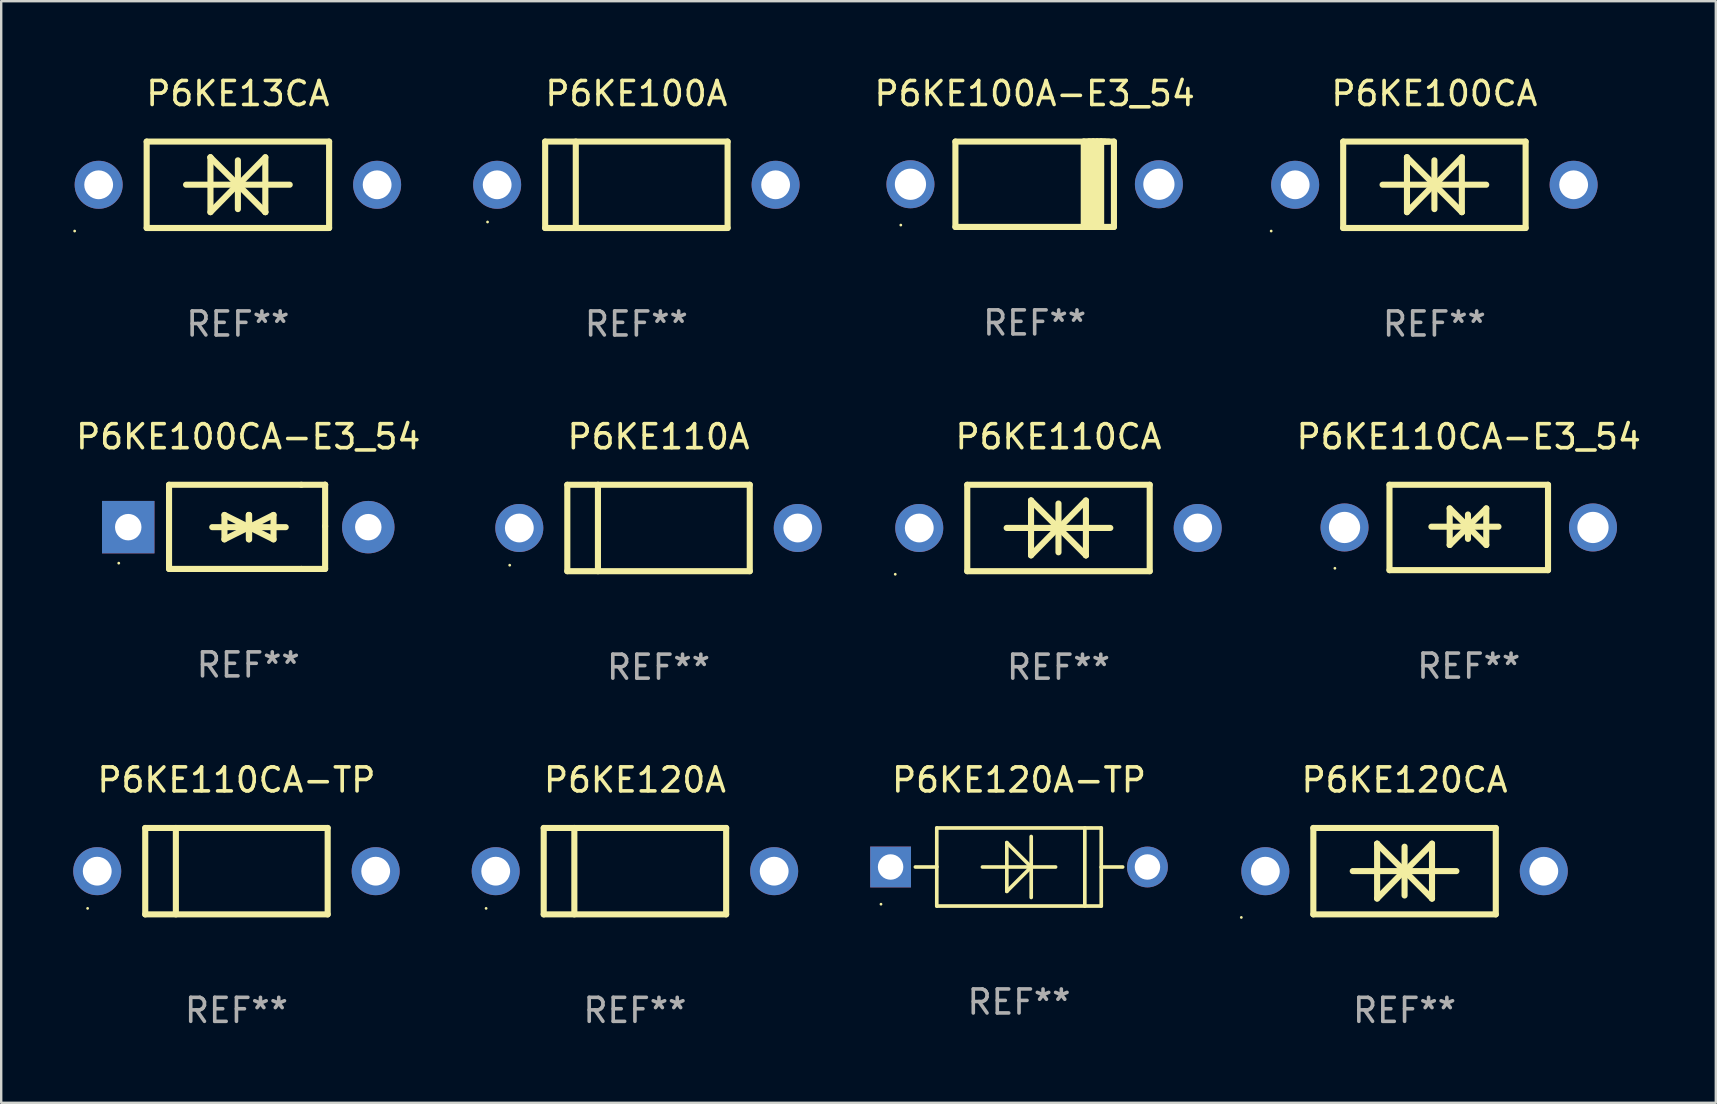
<source format=kicad_pcb>
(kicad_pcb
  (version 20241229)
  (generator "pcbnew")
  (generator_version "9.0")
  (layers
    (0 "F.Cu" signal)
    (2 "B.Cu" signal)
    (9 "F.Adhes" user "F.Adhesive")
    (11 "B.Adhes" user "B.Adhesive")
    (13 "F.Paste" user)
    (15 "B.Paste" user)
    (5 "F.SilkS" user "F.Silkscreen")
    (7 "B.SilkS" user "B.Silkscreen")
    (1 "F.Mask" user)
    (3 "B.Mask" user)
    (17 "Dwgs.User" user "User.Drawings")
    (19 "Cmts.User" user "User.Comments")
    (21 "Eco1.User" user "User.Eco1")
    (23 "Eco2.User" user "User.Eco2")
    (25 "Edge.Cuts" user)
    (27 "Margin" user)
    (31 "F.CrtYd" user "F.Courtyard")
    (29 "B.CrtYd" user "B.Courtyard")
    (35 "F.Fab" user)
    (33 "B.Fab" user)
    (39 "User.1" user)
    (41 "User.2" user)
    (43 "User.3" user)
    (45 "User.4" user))
  (footprint "P6KE110CA"
    (layer "F.Cu")
    (at 41.044 18.945)
    (property "Reference" "P6KE110CA" (at 0 -3.8 0) (layer "F.SilkS") (effects (font (size 1 1) (thickness 0.15))))
    (attr through_hole)
    (fp_line (start -3.8 -1.8) (end -3.8 1.8) (stroke (width 0.254) (type solid)) (layer "F.SilkS"))
    (fp_line (start -3.8 -1.8) (end 3.8 -1.8) (stroke (width 0.254) (type solid)) (layer "F.SilkS"))
    (fp_line (start -3.8 1.8) (end 3.8 1.8) (stroke (width 0.254) (type solid)) (layer "F.SilkS"))
    (fp_line (start -2.159 -0.003) (end 2.159 -0.003) (stroke (width 0.254) (type solid)) (layer "F.SilkS"))
    (fp_line (start -1.143 -1.146) (end -1.143 1.14) (stroke (width 0.254) (type solid)) (layer "F.SilkS"))
    (fp_line (start -1.143 -1.143) (end -1.143 -1.146) (stroke (width 0.254) (type solid)) (layer "F.SilkS"))
    (fp_line (start 0 -1.019) (end 0 1.013) (stroke (width 0.254) (type solid)) (layer "F.SilkS"))
    (fp_line (start 0 -0.026) (end -1.143 1.14) (stroke (width 0.254) (type solid)) (layer "F.SilkS"))
    (fp_line (start 0 -0.006) (end 1.143 1.137) (stroke (width 0.254) (type solid)) (layer "F.SilkS"))
    (fp_line (start 0 0) (end -1.143 -1.143) (stroke (width 0.254) (type solid)) (layer "F.SilkS"))
    (fp_line (start 0 0.02) (end 1.143 -1.146) (stroke (width 0.254) (type solid)) (layer "F.SilkS"))
    (fp_line (start 1.143 1.137) (end 1.143 1.14) (stroke (width 0.254) (type solid)) (layer "F.SilkS"))
    (fp_line (start 1.143 1.14) (end 1.143 -1.146) (stroke (width 0.254) (type solid)) (layer "F.SilkS"))
    (fp_line (start 3.8 -1.8) (end 3.8 1.8) (stroke (width 0.254) (type solid)) (layer "F.SilkS"))
    (fp_circle (center -6.8 1.927) (end -6.77 1.927) (stroke (width 0.06) (type solid)) (fill no) (layer "F.SilkS"))
    (fp_text user "REF**" (at 0 5.8 0) (layer "F.Fab") (effects (font (size 1 1) (thickness 0.15))))
    (pad "1" thru_hole circle (at -5.8 0) (size 2 2) (drill 1.2) (layers "*.Cu" "*.Mask"))
    (pad "2" thru_hole circle (at 5.8 0) (size 2 2) (drill 1.2) (layers "*.Cu" "*.Mask")))
  (footprint "P6KE110CA-TP"
    (layer "F.Cu")
    (at 6.8 33.241)
    (property "Reference" "P6KE110CA-TP" (at 0 -3.8 0) (layer "F.SilkS") (effects (font (size 1 1) (thickness 0.15))))
    (attr through_hole)
    (fp_line (start -3.8 -1.8) (end -3.8 1.8) (stroke (width 0.254) (type solid)) (layer "F.SilkS"))
    (fp_line (start -3.8 -1.8) (end 3.8 -1.8) (stroke (width 0.254) (type solid)) (layer "F.SilkS"))
    (fp_line (start -3.8 1.8) (end 3.8 1.8) (stroke (width 0.254) (type solid)) (layer "F.SilkS"))
    (fp_line (start -2.524 -1.8) (end -2.524 1.8) (stroke (width 0.254) (type solid)) (layer "F.SilkS"))
    (fp_line (start 3.8 -1.8) (end 3.8 1.8) (stroke (width 0.254) (type solid)) (layer "F.SilkS"))
    (fp_circle (center -6.2 1.55) (end -6.17 1.55) (stroke (width 0.06) (type solid)) (fill no) (layer "F.SilkS"))
    (fp_text user "REF**" (at 0 5.8 0) (layer "F.Fab") (effects (font (size 1 1) (thickness 0.15))))
    (pad "1" thru_hole circle (at -5.8 0) (size 2 2) (drill 1.2) (layers "*.Cu" "*.Mask"))
    (pad "2" thru_hole circle (at 5.8 0) (size 2 2) (drill 1.2) (layers "*.Cu" "*.Mask")))
  (footprint "P6KE110A"
    (layer "F.Cu")
    (at 24.383 18.945)
    (property "Reference" "P6KE110A" (at 0 -3.8 0) (layer "F.SilkS") (effects (font (size 1 1) (thickness 0.15))))
    (attr through_hole)
    (fp_line (start -3.8 -1.8) (end -3.8 1.8) (stroke (width 0.254) (type solid)) (layer "F.SilkS"))
    (fp_line (start -3.8 -1.8) (end 3.8 -1.8) (stroke (width 0.254) (type solid)) (layer "F.SilkS"))
    (fp_line (start -3.8 1.8) (end 3.8 1.8) (stroke (width 0.254) (type solid)) (layer "F.SilkS"))
    (fp_line (start -2.524 -1.8) (end -2.524 1.8) (stroke (width 0.254) (type solid)) (layer "F.SilkS"))
    (fp_line (start 3.8 -1.8) (end 3.8 1.8) (stroke (width 0.254) (type solid)) (layer "F.SilkS"))
    (fp_circle (center -6.2 1.55) (end -6.17 1.55) (stroke (width 0.06) (type solid)) (fill no) (layer "F.SilkS"))
    (fp_text user "REF**" (at 0 5.8 0) (layer "F.Fab") (effects (font (size 1 1) (thickness 0.15))))
    (pad "1" thru_hole circle (at -5.8 0) (size 2 2) (drill 1.2) (layers "*.Cu" "*.Mask"))
    (pad "2" thru_hole circle (at 5.8 0) (size 2 2) (drill 1.2) (layers "*.Cu" "*.Mask")))
  (footprint "P6KE120CA"
    (layer "F.Cu")
    (at 55.461 33.241)
    (property "Reference" "P6KE120CA" (at 0 -3.8 0) (layer "F.SilkS") (effects (font (size 1 1) (thickness 0.15))))
    (attr through_hole)
    (fp_line (start -3.8 -1.8) (end -3.8 1.8) (stroke (width 0.254) (type solid)) (layer "F.SilkS"))
    (fp_line (start -3.8 -1.8) (end 3.8 -1.8) (stroke (width 0.254) (type solid)) (layer "F.SilkS"))
    (fp_line (start -3.8 1.8) (end 3.8 1.8) (stroke (width 0.254) (type solid)) (layer "F.SilkS"))
    (fp_line (start -2.159 -0.003) (end 2.159 -0.003) (stroke (width 0.254) (type solid)) (layer "F.SilkS"))
    (fp_line (start -1.143 -1.146) (end -1.143 1.14) (stroke (width 0.254) (type solid)) (layer "F.SilkS"))
    (fp_line (start -1.143 -1.143) (end -1.143 -1.146) (stroke (width 0.254) (type solid)) (layer "F.SilkS"))
    (fp_line (start 0 -1.019) (end 0 1.013) (stroke (width 0.254) (type solid)) (layer "F.SilkS"))
    (fp_line (start 0 -0.026) (end -1.143 1.14) (stroke (width 0.254) (type solid)) (layer "F.SilkS"))
    (fp_line (start 0 -0.006) (end 1.143 1.137) (stroke (width 0.254) (type solid)) (layer "F.SilkS"))
    (fp_line (start 0 0) (end -1.143 -1.143) (stroke (width 0.254) (type solid)) (layer "F.SilkS"))
    (fp_line (start 0 0.02) (end 1.143 -1.146) (stroke (width 0.254) (type solid)) (layer "F.SilkS"))
    (fp_line (start 1.143 1.137) (end 1.143 1.14) (stroke (width 0.254) (type solid)) (layer "F.SilkS"))
    (fp_line (start 1.143 1.14) (end 1.143 -1.146) (stroke (width 0.254) (type solid)) (layer "F.SilkS"))
    (fp_line (start 3.8 -1.8) (end 3.8 1.8) (stroke (width 0.254) (type solid)) (layer "F.SilkS"))
    (fp_circle (center -6.8 1.927) (end -6.77 1.927) (stroke (width 0.06) (type solid)) (fill no) (layer "F.SilkS"))
    (fp_text user "REF**" (at 0 5.8 0) (layer "F.Fab") (effects (font (size 1 1) (thickness 0.15))))
    (pad "1" thru_hole circle (at -5.8 0) (size 2 2) (drill 1.2) (layers "*.Cu" "*.Mask"))
    (pad "2" thru_hole circle (at 5.8 0) (size 2 2) (drill 1.2) (layers "*.Cu" "*.Mask")))
  (footprint "P6KE13CA"
    (layer "F.Cu")
    (at 6.86 4.648)
    (property "Reference" "P6KE13CA" (at 0 -3.8 0) (layer "F.SilkS") (effects (font (size 1 1) (thickness 0.15))))
    (attr through_hole)
    (fp_line (start -3.8 -1.8) (end -3.8 1.8) (stroke (width 0.254) (type solid)) (layer "F.SilkS"))
    (fp_line (start -3.8 -1.8) (end 3.8 -1.8) (stroke (width 0.254) (type solid)) (layer "F.SilkS"))
    (fp_line (start -3.8 1.8) (end 3.8 1.8) (stroke (width 0.254) (type solid)) (layer "F.SilkS"))
    (fp_line (start -2.159 -0.003) (end 2.159 -0.003) (stroke (width 0.254) (type solid)) (layer "F.SilkS"))
    (fp_line (start -1.143 -1.146) (end -1.143 1.14) (stroke (width 0.254) (type solid)) (layer "F.SilkS"))
    (fp_line (start -1.143 -1.143) (end -1.143 -1.146) (stroke (width 0.254) (type solid)) (layer "F.SilkS"))
    (fp_line (start 0 -1.019) (end 0 1.013) (stroke (width 0.254) (type solid)) (layer "F.SilkS"))
    (fp_line (start 0 -0.026) (end -1.143 1.14) (stroke (width 0.254) (type solid)) (layer "F.SilkS"))
    (fp_line (start 0 -0.006) (end 1.143 1.137) (stroke (width 0.254) (type solid)) (layer "F.SilkS"))
    (fp_line (start 0 0) (end -1.143 -1.143) (stroke (width 0.254) (type solid)) (layer "F.SilkS"))
    (fp_line (start 0 0.02) (end 1.143 -1.146) (stroke (width 0.254) (type solid)) (layer "F.SilkS"))
    (fp_line (start 1.143 1.137) (end 1.143 1.14) (stroke (width 0.254) (type solid)) (layer "F.SilkS"))
    (fp_line (start 1.143 1.14) (end 1.143 -1.146) (stroke (width 0.254) (type solid)) (layer "F.SilkS"))
    (fp_line (start 3.8 -1.8) (end 3.8 1.8) (stroke (width 0.254) (type solid)) (layer "F.SilkS"))
    (fp_circle (center -6.8 1.927) (end -6.77 1.927) (stroke (width 0.06) (type solid)) (fill no) (layer "F.SilkS"))
    (fp_text user "REF**" (at 0 5.8 0) (layer "F.Fab") (effects (font (size 1 1) (thickness 0.15))))
    (pad "1" thru_hole circle (at -5.8 0) (size 2 2) (drill 1.2) (layers "*.Cu" "*.Mask"))
    (pad "2" thru_hole circle (at 5.8 0) (size 2 2) (drill 1.2) (layers "*.Cu" "*.Mask")))
  (footprint "P6KE100CA-E3_54"
    (layer "F.Cu")
    (at 7.292 18.897)
    (property "Reference" "P6KE100CA-E3_54" (at 0 -3.753 0) (layer "F.SilkS") (effects (font (size 1 1) (thickness 0.15))))
    (attr through_hole)
    (fp_line (start -3.3 -1.753) (end 2.212 -1.753) (stroke (width 0.254) (type solid)) (layer "F.SilkS"))
    (fp_line (start -3.3 1.753) (end -3.3 -1.753) (stroke (width 0.254) (type solid)) (layer "F.SilkS"))
    (fp_line (start -1.5 0.013) (end 0.532 0.013) (stroke (width 0.254) (type solid)) (layer "F.SilkS"))
    (fp_line (start -0.992 -0.495) (end -0.992 0.521) (stroke (width 0.254) (type solid)) (layer "F.SilkS"))
    (fp_line (start -0.992 0.521) (end 0.024 0.013) (stroke (width 0.254) (type solid)) (layer "F.SilkS"))
    (fp_line (start 0.024 -0.495) (end 0.024 0.521) (stroke (width 0.254) (type solid)) (layer "F.SilkS"))
    (fp_line (start 0.024 0.013) (end -0.992 -0.495) (stroke (width 0.254) (type solid)) (layer "F.SilkS"))
    (fp_line (start 0.024 0.013) (end 0.024 -0.495) (stroke (width 0.254) (type solid)) (layer "F.SilkS"))
    (fp_line (start 0.036 0.013) (end 1.052 0.521) (stroke (width 0.254) (type solid)) (layer "F.SilkS"))
    (fp_line (start 0.036 0.521) (end 0.036 -0.495) (stroke (width 0.254) (type solid)) (layer "F.SilkS"))
    (fp_line (start 1.052 -0.495) (end 0.036 0.013) (stroke (width 0.254) (type solid)) (layer "F.SilkS"))
    (fp_line (start 1.052 0.521) (end 1.052 -0.495) (stroke (width 0.254) (type solid)) (layer "F.SilkS"))
    (fp_line (start 1.56 0.013) (end -0.472 0.013) (stroke (width 0.254) (type solid)) (layer "F.SilkS"))
    (fp_line (start 2.212 -1.753) (end 3.202 -1.753) (stroke (width 0.254) (type solid)) (layer "F.SilkS"))
    (fp_line (start 2.212 1.753) (end -3.3 1.753) (stroke (width 0.254) (type solid)) (layer "F.SilkS"))
    (fp_line (start 3.202 -1.753) (end 3.202 -1.753) (stroke (width 0.254) (type solid)) (layer "F.SilkS"))
    (fp_line (start 3.202 -1.753) (end 3.202 -0.025) (stroke (width 0.254) (type solid)) (layer "F.SilkS"))
    (fp_line (start 3.202 -0.025) (end 3.202 1.753) (stroke (width 0.254) (type solid)) (layer "F.SilkS"))
    (fp_line (start 3.202 1.753) (end 2.212 1.753) (stroke (width 0.254) (type solid)) (layer "F.SilkS"))
    (fp_circle (center -5.395 1.513) (end -5.365 1.513) (stroke (width 0.06) (type solid)) (fill no) (layer "F.SilkS"))
    (fp_text user "REF**" (at 0 5.753 0) (layer "F.Fab") (effects (font (size 1 1) (thickness 0.15))))
    (pad "1" thru_hole rect (at -5 0.013 180) (size 2.184 2.184) (drill 1.102) (layers "*.Cu" "*.Mask"))
    (pad "2" thru_hole circle (at 5 0.013) (size 2.184 2.184) (drill 1.102) (layers "*.Cu" "*.Mask")))
  (footprint "P6KE100CA"
    (layer "F.Cu")
    (at 56.704 4.648)
    (property "Reference" "P6KE100CA" (at 0 -3.8 0) (layer "F.SilkS") (effects (font (size 1 1) (thickness 0.15))))
    (attr through_hole)
    (fp_line (start -3.8 -1.8) (end -3.8 1.8) (stroke (width 0.254) (type solid)) (layer "F.SilkS"))
    (fp_line (start -3.8 -1.8) (end 3.8 -1.8) (stroke (width 0.254) (type solid)) (layer "F.SilkS"))
    (fp_line (start -3.8 1.8) (end 3.8 1.8) (stroke (width 0.254) (type solid)) (layer "F.SilkS"))
    (fp_line (start -2.159 -0.003) (end 2.159 -0.003) (stroke (width 0.254) (type solid)) (layer "F.SilkS"))
    (fp_line (start -1.143 -1.146) (end -1.143 1.14) (stroke (width 0.254) (type solid)) (layer "F.SilkS"))
    (fp_line (start -1.143 -1.143) (end -1.143 -1.146) (stroke (width 0.254) (type solid)) (layer "F.SilkS"))
    (fp_line (start 0 -1.019) (end 0 1.013) (stroke (width 0.254) (type solid)) (layer "F.SilkS"))
    (fp_line (start 0 -0.026) (end -1.143 1.14) (stroke (width 0.254) (type solid)) (layer "F.SilkS"))
    (fp_line (start 0 -0.006) (end 1.143 1.137) (stroke (width 0.254) (type solid)) (layer "F.SilkS"))
    (fp_line (start 0 0) (end -1.143 -1.143) (stroke (width 0.254) (type solid)) (layer "F.SilkS"))
    (fp_line (start 0 0.02) (end 1.143 -1.146) (stroke (width 0.254) (type solid)) (layer "F.SilkS"))
    (fp_line (start 1.143 1.137) (end 1.143 1.14) (stroke (width 0.254) (type solid)) (layer "F.SilkS"))
    (fp_line (start 1.143 1.14) (end 1.143 -1.146) (stroke (width 0.254) (type solid)) (layer "F.SilkS"))
    (fp_line (start 3.8 -1.8) (end 3.8 1.8) (stroke (width 0.254) (type solid)) (layer "F.SilkS"))
    (fp_circle (center -6.8 1.927) (end -6.77 1.927) (stroke (width 0.06) (type solid)) (fill no) (layer "F.SilkS"))
    (fp_text user "REF**" (at 0 5.8 0) (layer "F.Fab") (effects (font (size 1 1) (thickness 0.15))))
    (pad "1" thru_hole circle (at -5.8 0) (size 2 2) (drill 1.2) (layers "*.Cu" "*.Mask"))
    (pad "2" thru_hole circle (at 5.8 0) (size 2 2) (drill 1.2) (layers "*.Cu" "*.Mask")))
  (footprint "P6KE100A"
    (layer "F.Cu")
    (at 23.46 4.648)
    (property "Reference" "P6KE100A" (at 0 -3.8 0) (layer "F.SilkS") (effects (font (size 1 1) (thickness 0.15))))
    (attr through_hole)
    (fp_line (start -3.8 -1.8) (end -3.8 1.8) (stroke (width 0.254) (type solid)) (layer "F.SilkS"))
    (fp_line (start -3.8 -1.8) (end 3.8 -1.8) (stroke (width 0.254) (type solid)) (layer "F.SilkS"))
    (fp_line (start -3.8 1.8) (end 3.8 1.8) (stroke (width 0.254) (type solid)) (layer "F.SilkS"))
    (fp_line (start -2.524 -1.8) (end -2.524 1.8) (stroke (width 0.254) (type solid)) (layer "F.SilkS"))
    (fp_line (start 3.8 -1.8) (end 3.8 1.8) (stroke (width 0.254) (type solid)) (layer "F.SilkS"))
    (fp_circle (center -6.2 1.55) (end -6.17 1.55) (stroke (width 0.06) (type solid)) (fill no) (layer "F.SilkS"))
    (fp_text user "REF**" (at 0 5.8 0) (layer "F.Fab") (effects (font (size 1 1) (thickness 0.15))))
    (pad "1" thru_hole circle (at -5.8 0) (size 2 2) (drill 1.2) (layers "*.Cu" "*.Mask"))
    (pad "2" thru_hole circle (at 5.8 0) (size 2 2) (drill 1.2) (layers "*.Cu" "*.Mask")))
  (footprint "P6KE110CA-E3_54"
    (layer "F.Cu")
    (at 58.135 18.923)
    (property "Reference" "P6KE110CA-E3_54" (at 0 -3.778 0) (layer "F.SilkS") (effects (font (size 1 1) (thickness 0.15))))
    (attr through_hole)
    (fp_line (start -3.302 -1.778) (end -3.302 1.778) (stroke (width 0.254) (type solid)) (layer "F.SilkS"))
    (fp_line (start -3.302 1.778) (end 3.302 1.778) (stroke (width 0.254) (type solid)) (layer "F.SilkS"))
    (fp_line (start -1.556 -0.032) (end 1.238 -0.032) (stroke (width 0.254) (type solid)) (layer "F.SilkS"))
    (fp_line (start -0.794 -0.794) (end 0.73 0.73) (stroke (width 0.254) (type solid)) (layer "F.SilkS"))
    (fp_line (start -0.794 0.73) (end -0.794 -0.794) (stroke (width 0.254) (type solid)) (layer "F.SilkS"))
    (fp_line (start -0.032 -0.54) (end -0.032 0.476) (stroke (width 0.254) (type solid)) (layer "F.SilkS"))
    (fp_line (start 0.73 -0.794) (end -0.794 0.73) (stroke (width 0.254) (type solid)) (layer "F.SilkS"))
    (fp_line (start 0.73 0.73) (end 0.73 -0.794) (stroke (width 0.254) (type solid)) (layer "F.SilkS"))
    (fp_line (start 3.302 -1.778) (end -3.302 -1.778) (stroke (width 0.254) (type solid)) (layer "F.SilkS"))
    (fp_line (start 3.302 1.778) (end 3.302 -1.778) (stroke (width 0.254) (type solid)) (layer "F.SilkS"))
    (fp_circle (center -5.576 1.7) (end -5.546 1.7) (stroke (width 0.06) (type solid)) (fill no) (layer "F.SilkS"))
    (fp_text user "REF**" (at 0 5.778 0) (layer "F.Fab") (effects (font (size 1 1) (thickness 0.15))))
    (pad "1" thru_hole circle (at -5.175 0) (size 2 2) (drill 1.3) (layers "*.Cu" "*.Mask"))
    (pad "2" thru_hole circle (at 5.175 0) (size 2 2) (drill 1.3) (layers "*.Cu" "*.Mask")))
  (footprint "P6KE120A-TP"
    (layer "F.Cu")
    (at 39.4 33.067)
    (property "Reference" "P6KE120A-TP" (at 0 -3.626 0) (layer "F.SilkS") (effects (font (size 1 1) (thickness 0.15))))
    (attr through_hole)
    (fp_line (start -3.436 0) (end -4.318 0) (stroke (width 0.152) (type solid)) (layer "F.SilkS"))
    (fp_line (start -3.426 -0.01) (end -3.436 0) (stroke (width 0.152) (type solid)) (layer "F.SilkS"))
    (fp_line (start -3.426 -1.626) (end 3.426 -1.626) (stroke (width 0.152) (type solid)) (layer "F.SilkS"))
    (fp_line (start -3.426 1.626) (end -3.426 -1.626) (stroke (width 0.152) (type solid)) (layer "F.SilkS"))
    (fp_line (start -0.508 -1.016) (end 0.508 0) (stroke (width 0.152) (type solid)) (layer "F.SilkS"))
    (fp_line (start -0.508 1.016) (end -0.508 -1.016) (stroke (width 0.152) (type solid)) (layer "F.SilkS"))
    (fp_line (start 0.508 0) (end -0.508 1.016) (stroke (width 0.152) (type solid)) (layer "F.SilkS"))
    (fp_line (start 0.508 1.27) (end 0.508 -1.27) (stroke (width 0.152) (type solid)) (layer "F.SilkS"))
    (fp_line (start 1.524 0) (end -1.524 0) (stroke (width 0.152) (type solid)) (layer "F.SilkS"))
    (fp_line (start 2.741 1.626) (end 2.741 -1.626) (stroke (width 0.152) (type solid)) (layer "F.SilkS"))
    (fp_line (start 3.426 -1.626) (end 3.426 1.626) (stroke (width 0.152) (type solid)) (layer "F.SilkS"))
    (fp_line (start 3.426 0.01) (end 3.436 0) (stroke (width 0.152) (type solid)) (layer "F.SilkS"))
    (fp_line (start 3.426 1.626) (end -3.426 1.626) (stroke (width 0.152) (type solid)) (layer "F.SilkS"))
    (fp_line (start 3.436 0) (end 4.318 0) (stroke (width 0.152) (type solid)) (layer "F.SilkS"))
    (fp_circle (center -5.75 1.55) (end -5.72 1.55) (stroke (width 0.06) (type solid)) (fill no) (layer "F.SilkS"))
    (fp_text user "REF**" (at 0 5.626 0) (layer "F.Fab") (effects (font (size 1 1) (thickness 0.15))))
    (pad "1" thru_hole rect (at -5.35 0) (size 1.7 1.7) (drill 1.06) (layers "*.Cu" "*.Mask"))
    (pad "2" thru_hole circle (at 5.35 0) (size 1.7 1.7) (drill 1.06) (layers "*.Cu" "*.Mask")))
  (footprint "P6KE100A-E3_54"
    (layer "F.Cu")
    (at 40.052 4.626)
    (property "Reference" "P6KE100A-E3_54" (at 0 -3.778 0) (layer "F.SilkS") (effects (font (size 1 1) (thickness 0.15))))
    (attr through_hole)
    (fp_line (start -3.302 -1.778) (end -3.302 1.778) (stroke (width 0.254) (type solid)) (layer "F.SilkS"))
    (fp_line (start -3.302 1.778) (end 3.302 1.778) (stroke (width 0.254) (type solid)) (layer "F.SilkS"))
    (fp_line (start 2.045 -1.778) (end 2.045 1.778) (stroke (width 0.254) (type solid)) (layer "F.SilkS"))
    (fp_line (start 2.261 -1.778) (end 2.261 1.778) (stroke (width 0.254) (type solid)) (layer "F.SilkS"))
    (fp_line (start 2.421 -1.778) (end 2.045 -1.778) (stroke (width 0.254) (type solid)) (layer "F.SilkS"))
    (fp_line (start 2.439 -1.778) (end 2.439 1.778) (stroke (width 0.254) (type solid)) (layer "F.SilkS"))
    (fp_line (start 2.579 -1.778) (end 2.261 -1.778) (stroke (width 0.254) (type solid)) (layer "F.SilkS"))
    (fp_line (start 2.604 -1.778) (end 2.604 1.778) (stroke (width 0.254) (type solid)) (layer "F.SilkS"))
    (fp_line (start 2.757 -1.778) (end 2.439 -1.778) (stroke (width 0.254) (type solid)) (layer "F.SilkS"))
    (fp_line (start 2.769 -1.778) (end 2.769 1.778) (stroke (width 0.254) (type solid)) (layer "F.SilkS"))
    (fp_line (start 2.922 -1.778) (end 2.604 -1.778) (stroke (width 0.254) (type solid)) (layer "F.SilkS"))
    (fp_line (start 3.087 -1.778) (end 2.769 -1.778) (stroke (width 0.254) (type solid)) (layer "F.SilkS"))
    (fp_line (start 3.302 -1.778) (end -3.302 -1.778) (stroke (width 0.254) (type solid)) (layer "F.SilkS"))
    (fp_line (start 3.302 1.778) (end 3.302 -1.778) (stroke (width 0.254) (type solid)) (layer "F.SilkS"))
    (fp_circle (center -5.576 1.7) (end -5.546 1.7) (stroke (width 0.06) (type solid)) (fill no) (layer "F.SilkS"))
    (fp_text user "REF**" (at 0 5.778 0) (layer "F.Fab") (effects (font (size 1 1) (thickness 0.15))))
    (pad "1" thru_hole circle (at -5.175 0) (size 2 2) (drill 1.3) (layers "*.Cu" "*.Mask"))
    (pad "2" thru_hole circle (at 5.175 0) (size 2 2) (drill 1.3) (layers "*.Cu" "*.Mask")))
  (footprint "P6KE120A"
    (layer "F.Cu")
    (at 23.4 33.241)
    (property "Reference" "P6KE120A" (at 0 -3.8 0) (layer "F.SilkS") (effects (font (size 1 1) (thickness 0.15))))
    (attr through_hole)
    (fp_line (start -3.8 -1.8) (end -3.8 1.8) (stroke (width 0.254) (type solid)) (layer "F.SilkS"))
    (fp_line (start -3.8 -1.8) (end 3.8 -1.8) (stroke (width 0.254) (type solid)) (layer "F.SilkS"))
    (fp_line (start -3.8 1.8) (end 3.8 1.8) (stroke (width 0.254) (type solid)) (layer "F.SilkS"))
    (fp_line (start -2.524 -1.8) (end -2.524 1.8) (stroke (width 0.254) (type solid)) (layer "F.SilkS"))
    (fp_line (start 3.8 -1.8) (end 3.8 1.8) (stroke (width 0.254) (type solid)) (layer "F.SilkS"))
    (fp_circle (center -6.2 1.55) (end -6.17 1.55) (stroke (width 0.06) (type solid)) (fill no) (layer "F.SilkS"))
    (fp_text user "REF**" (at 0 5.8 0) (layer "F.Fab") (effects (font (size 1 1) (thickness 0.15))))
    (pad "1" thru_hole circle (at -5.8 0) (size 2 2) (drill 1.2) (layers "*.Cu" "*.Mask"))
    (pad "2" thru_hole circle (at 5.8 0) (size 2 2) (drill 1.2) (layers "*.Cu" "*.Mask")))
  (gr_rect
    (start -3 -3)
    (end 68.427 42.889)
    (stroke (width 0.1) (type default))
    (fill no)
    (layer "Edge.Cuts")))
</source>
